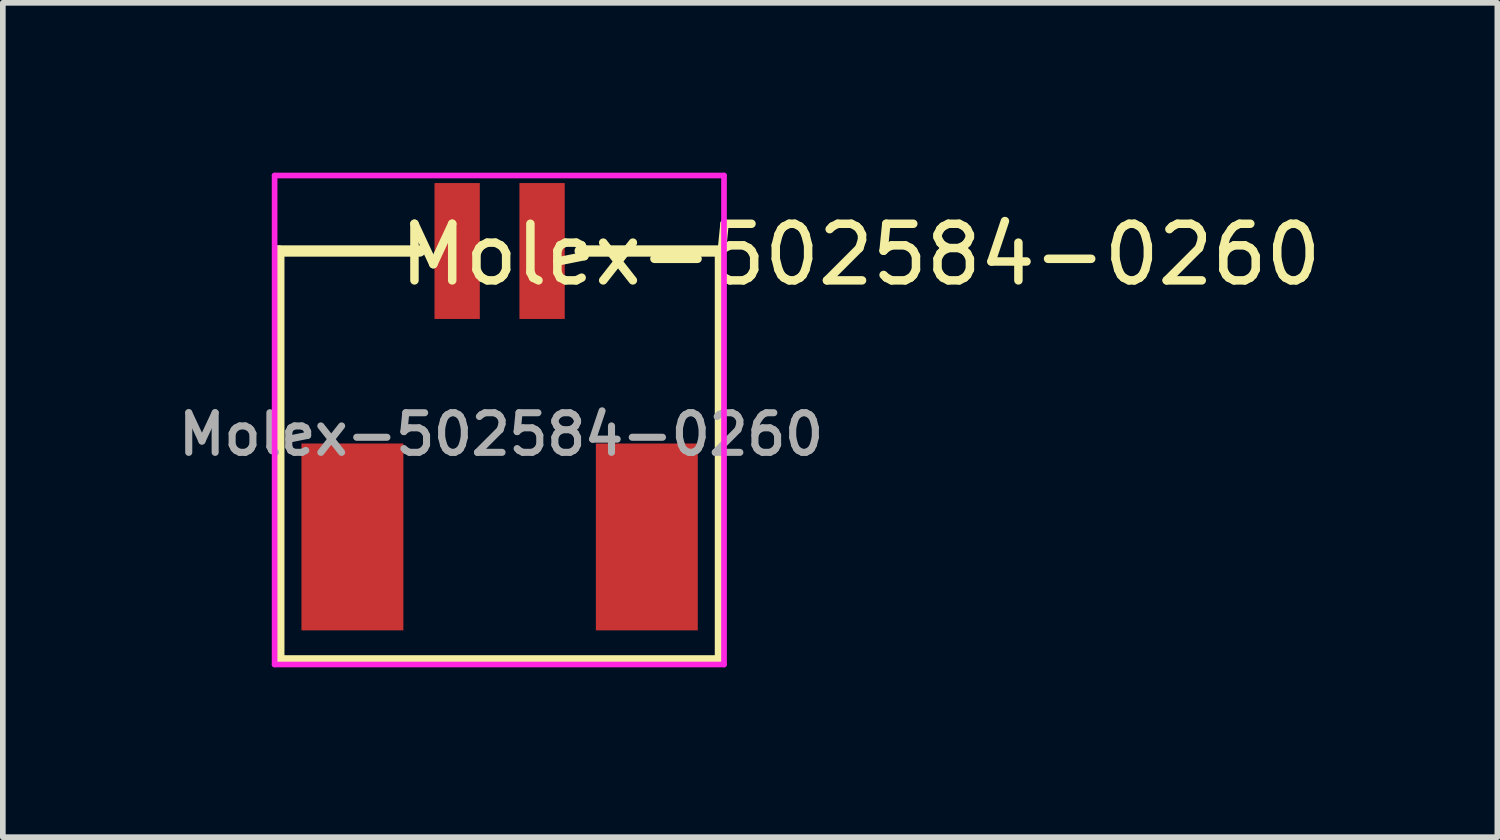
<source format=kicad_pcb>
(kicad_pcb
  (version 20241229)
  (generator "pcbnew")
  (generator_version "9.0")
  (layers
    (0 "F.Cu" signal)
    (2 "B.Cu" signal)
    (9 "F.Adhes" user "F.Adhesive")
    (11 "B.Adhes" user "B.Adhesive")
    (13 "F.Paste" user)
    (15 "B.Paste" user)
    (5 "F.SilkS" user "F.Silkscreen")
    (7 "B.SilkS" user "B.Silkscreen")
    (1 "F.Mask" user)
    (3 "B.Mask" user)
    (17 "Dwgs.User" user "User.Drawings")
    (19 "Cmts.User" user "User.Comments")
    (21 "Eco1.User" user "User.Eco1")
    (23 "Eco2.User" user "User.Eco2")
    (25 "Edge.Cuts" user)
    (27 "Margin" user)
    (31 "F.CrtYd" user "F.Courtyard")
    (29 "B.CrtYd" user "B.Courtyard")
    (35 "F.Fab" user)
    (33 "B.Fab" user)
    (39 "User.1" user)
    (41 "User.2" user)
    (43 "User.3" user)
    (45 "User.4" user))
  (footprint "Molex-502584-0260"
    (layer "F.Cu")
    (at 5.774 1.383)
    (property "Reference" "Molex-502584-0260" (at 6.377 0.064 0) (layer "F.SilkS") (effects (font (size 1 1) (thickness 0.15))))
    (attr through_hole)
    (fp_line (start -3.91 7.239) (end 3.9 7.239) (stroke (width 0.2) (type solid)) (layer "F.SilkS"))
    (fp_line (start -3.9 0) (end -1.411 0) (stroke (width 0.2) (type solid)) (layer "F.SilkS"))
    (fp_line (start -3.9 7.2) (end -3.9 0) (stroke (width 0.2) (type solid)) (layer "F.SilkS"))
    (fp_line (start 3.9 0) (end 1.423 0) (stroke (width 0.2) (type solid)) (layer "F.SilkS"))
    (fp_line (start 3.9 7.2) (end 3.9 0) (stroke (width 0.2) (type solid)) (layer "F.SilkS"))
    (fp_line (start -3.974 -1.333) (end -3.974 7.303) (stroke (width 0.1) (type solid)) (layer "F.CrtYd"))
    (fp_line (start -3.974 7.303) (end 3.963 7.303) (stroke (width 0.1) (type solid)) (layer "F.CrtYd"))
    (fp_line (start 3.963 -1.333) (end -3.974 -1.333) (stroke (width 0.1) (type solid)) (layer "F.CrtYd"))
    (fp_line (start 3.963 7.303) (end 3.963 -1.333) (stroke (width 0.1) (type solid)) (layer "F.CrtYd"))
    (fp_text user "${REFERENCE}" (at 0.026 3.239 0) (layer "F.Fab") (effects (font (size 0.7 0.7) (thickness 0.125))))
    (pad "1" smd rect (at -0.75 0) (size 0.8 2.4) (layers "F.Cu" "F.Mask" "F.Paste"))
    (pad "2" smd rect (at 0.75 0) (size 0.8 2.4) (layers "F.Cu" "F.Mask" "F.Paste"))
    (pad "~" smd rect (at -2.6 5.05) (size 1.8 3.3) (layers "F.Cu" "F.Mask" "F.Paste"))
    (pad "~" smd rect (at 2.6 5.05) (size 1.8 3.3) (layers "F.Cu" "F.Mask" "F.Paste")))
  (gr_rect
    (start -3 -3)
    (end 23.395 11.736)
    (stroke (width 0.1) (type default))
    (fill no)
    (layer "Edge.Cuts")))
</source>
